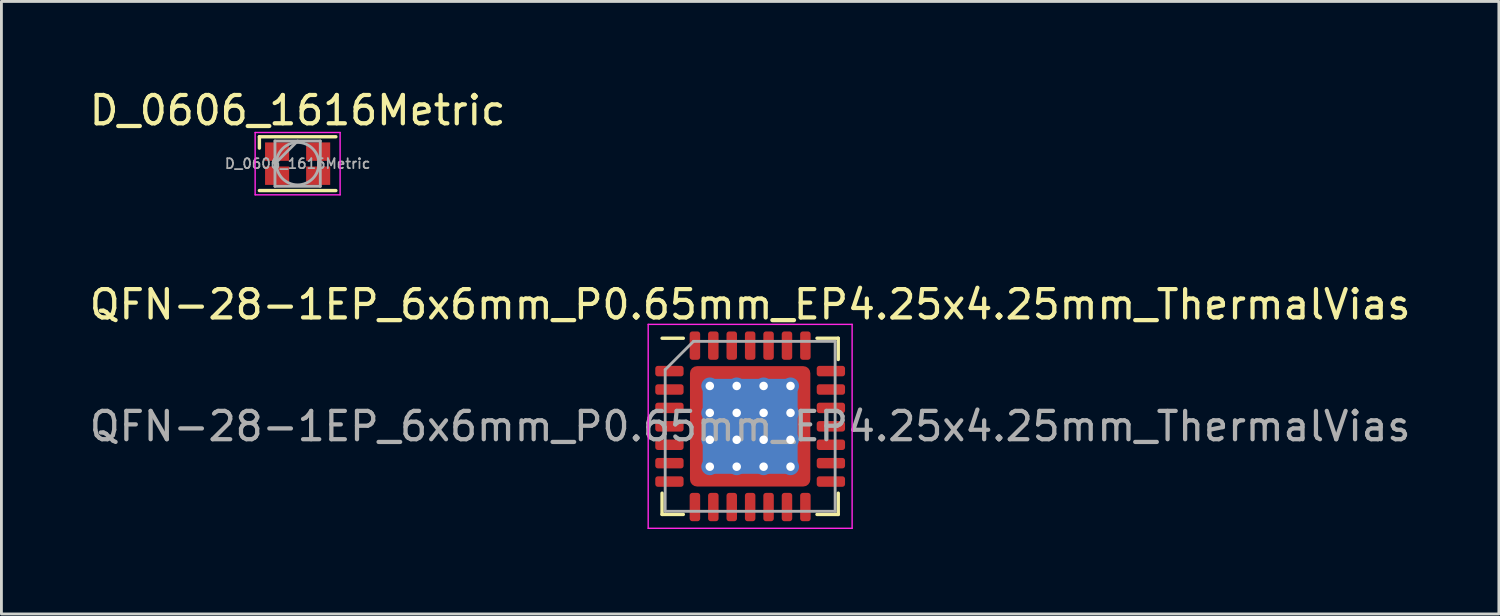
<source format=kicad_pcb>
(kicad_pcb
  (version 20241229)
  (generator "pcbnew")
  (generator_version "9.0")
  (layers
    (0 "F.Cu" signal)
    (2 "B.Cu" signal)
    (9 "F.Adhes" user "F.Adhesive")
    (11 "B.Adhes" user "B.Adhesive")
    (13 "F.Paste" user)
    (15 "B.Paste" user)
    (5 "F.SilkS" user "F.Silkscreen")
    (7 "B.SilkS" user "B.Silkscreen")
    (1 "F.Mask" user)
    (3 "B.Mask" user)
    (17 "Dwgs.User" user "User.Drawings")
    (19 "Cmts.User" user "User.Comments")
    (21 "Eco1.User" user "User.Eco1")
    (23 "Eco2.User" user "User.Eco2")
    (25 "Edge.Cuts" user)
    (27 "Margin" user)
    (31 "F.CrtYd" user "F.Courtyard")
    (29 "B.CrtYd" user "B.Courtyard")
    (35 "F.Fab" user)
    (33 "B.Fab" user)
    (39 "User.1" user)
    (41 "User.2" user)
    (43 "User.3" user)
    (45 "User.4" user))
  (footprint "D_0606_1616Metric"
    (layer "F.Cu")
    (at 7.458 2.728)
    (property "Reference" "D_0606_1616Metric" (at 0 -1.88 0) (layer "F.SilkS") (effects (font (size 1 1) (thickness 0.15))))
    (attr smd)
    (fp_line (start -1.35 -0.95) (end 1.35 -0.95) (stroke (width 0.12) (type solid)) (layer "F.SilkS"))
    (fp_line (start -1.35 -0.55) (end -1.35 -0.95) (stroke (width 0.12) (type solid)) (layer "F.SilkS"))
    (fp_line (start -1.35 0.95) (end 1.35 0.95) (stroke (width 0.12) (type solid)) (layer "F.SilkS"))
    (fp_line (start -1.5 -1.1) (end -1.5 1.1) (stroke (width 0.05) (type solid)) (layer "F.CrtYd"))
    (fp_line (start -1.5 1.1) (end 1.5 1.1) (stroke (width 0.05) (type solid)) (layer "F.CrtYd"))
    (fp_line (start 1.5 -1.1) (end -1.5 -1.1) (stroke (width 0.05) (type solid)) (layer "F.CrtYd"))
    (fp_line (start 1.5 1.1) (end 1.5 -1.1) (stroke (width 0.05) (type solid)) (layer "F.CrtYd"))
    (fp_line (start -0.8 -0.8) (end -0.8 0.8) (stroke (width 0.1) (type solid)) (layer "F.Fab"))
    (fp_line (start -0.8 0.8) (end 0.8 0.8) (stroke (width 0.1) (type solid)) (layer "F.Fab"))
    (fp_line (start 0 -0.8) (end -0.8 0) (stroke (width 0.1) (type solid)) (layer "F.Fab"))
    (fp_line (start 0.8 -0.8) (end -0.8 -0.8) (stroke (width 0.1) (type solid)) (layer "F.Fab"))
    (fp_line (start 0.8 0.8) (end 0.8 -0.8) (stroke (width 0.1) (type solid)) (layer "F.Fab"))
    (fp_circle (center 0 0) (end 0.75 0) (stroke (width 0.1) (type solid)) (fill no) (layer "F.Fab"))
    (fp_text user "${REFERENCE}" (at 0 0 0) (layer "F.Fab") (effects (font (size 0.35 0.35) (thickness 0.062))))
    (pad "1" smd rect (at -0.725 -0.425) (size 0.85 0.65) (layers "F.Cu" "F.Mask" "F.Paste"))
    (pad "2" smd rect (at -0.725 0.425) (size 0.85 0.65) (layers "F.Cu" "F.Mask" "F.Paste"))
    (pad "3" smd rect (at 0.725 -0.425) (size 0.85 0.65) (layers "F.Cu" "F.Mask" "F.Paste"))
    (pad "4" smd rect (at 0.725 0.425) (size 0.85 0.65) (layers "F.Cu" "F.Mask" "F.Paste")))
  (footprint "QFN-28-1EP_6x6mm_P0.65mm_EP4.25x4.25mm_ThermalVias"
    (layer "F.Cu")
    (at 23.435 12.002)
    (property "Reference" "QFN-28-1EP_6x6mm_P0.65mm_EP4.25x4.25mm_ThermalVias" (at 0 -4.3 0) (layer "F.SilkS") (effects (font (size 1 1) (thickness 0.15))))
    (attr smd)
    (fp_line (start -3.11 3.11) (end -3.11 2.36) (stroke (width 0.12) (type solid)) (layer "F.SilkS"))
    (fp_line (start -2.36 -3.11) (end -3.11 -3.11) (stroke (width 0.12) (type solid)) (layer "F.SilkS"))
    (fp_line (start -2.36 3.11) (end -3.11 3.11) (stroke (width 0.12) (type solid)) (layer "F.SilkS"))
    (fp_line (start 2.36 -3.11) (end 3.11 -3.11) (stroke (width 0.12) (type solid)) (layer "F.SilkS"))
    (fp_line (start 2.36 3.11) (end 3.11 3.11) (stroke (width 0.12) (type solid)) (layer "F.SilkS"))
    (fp_line (start 3.11 -3.11) (end 3.11 -2.36) (stroke (width 0.12) (type solid)) (layer "F.SilkS"))
    (fp_line (start 3.11 3.11) (end 3.11 2.36) (stroke (width 0.12) (type solid)) (layer "F.SilkS"))
    (fp_line (start -3.6 -3.6) (end -3.6 3.6) (stroke (width 0.05) (type solid)) (layer "F.CrtYd"))
    (fp_line (start -3.6 3.6) (end 3.6 3.6) (stroke (width 0.05) (type solid)) (layer "F.CrtYd"))
    (fp_line (start 3.6 -3.6) (end -3.6 -3.6) (stroke (width 0.05) (type solid)) (layer "F.CrtYd"))
    (fp_line (start 3.6 3.6) (end 3.6 -3.6) (stroke (width 0.05) (type solid)) (layer "F.CrtYd"))
    (fp_line (start -3 -2) (end -2 -3) (stroke (width 0.1) (type solid)) (layer "F.Fab"))
    (fp_line (start -3 3) (end -3 -2) (stroke (width 0.1) (type solid)) (layer "F.Fab"))
    (fp_line (start -2 -3) (end 3 -3) (stroke (width 0.1) (type solid)) (layer "F.Fab"))
    (fp_line (start 3 -3) (end 3 3) (stroke (width 0.1) (type solid)) (layer "F.Fab"))
    (fp_line (start 3 3) (end -3 3) (stroke (width 0.1) (type solid)) (layer "F.Fab"))
    (fp_text user "${REFERENCE}" (at 0 0 0) (layer "F.Fab") (effects (font (size 1 1) (thickness 0.15))))
    (pad "" smd custom (at -1.775 -1.775) (size 0.46 0.46) (layers "F.Paste") (options (anchor circle)) (primitives (gr_poly (pts (xy -0.282 -0.282) (xy 0.282 -0.282) (xy 0.282 0.135) (xy 0.135 0.282) (xy -0.282 0.282)) (width 0) (fill yes))))
    (pad "" smd custom (at -1.775 -0.95) (size 0.477 0.477) (layers "F.Paste") (options (anchor circle)) (primitives (gr_poly (pts (xy -0.282 -0.383) (xy 0.159 -0.383) (xy 0.282 -0.26) (xy 0.282 0.26) (xy 0.159 0.383) (xy -0.282 0.383)) (width 0) (fill yes))))
    (pad "" smd custom (at -1.775 0) (size 0.477 0.477) (layers "F.Paste") (options (anchor circle)) (primitives (gr_poly (pts (xy -0.282 -0.383) (xy 0.159 -0.383) (xy 0.282 -0.26) (xy 0.282 0.26) (xy 0.159 0.383) (xy -0.282 0.383)) (width 0) (fill yes))))
    (pad "" smd custom (at -1.775 0.95) (size 0.477 0.477) (layers "F.Paste") (options (anchor circle)) (primitives (gr_poly (pts (xy -0.282 -0.383) (xy 0.159 -0.383) (xy 0.282 -0.26) (xy 0.282 0.26) (xy 0.159 0.383) (xy -0.282 0.383)) (width 0) (fill yes))))
    (pad "" smd custom (at -1.775 1.775) (size 0.46 0.46) (layers "F.Paste") (options (anchor circle)) (primitives (gr_poly (pts (xy -0.282 -0.282) (xy 0.135 -0.282) (xy 0.282 -0.135) (xy 0.282 0.282) (xy -0.282 0.282)) (width 0) (fill yes))))
    (pad "" smd custom (at -0.95 -1.775) (size 0.477 0.477) (layers "F.Paste") (options (anchor circle)) (primitives (gr_poly (pts (xy -0.383 -0.282) (xy 0.383 -0.282) (xy 0.383 0.159) (xy 0.26 0.282) (xy -0.26 0.282) (xy -0.383 0.159)) (width 0) (fill yes))))
    (pad "" smd roundrect (at -0.95 -0.95) (size 0.766 0.766) (layers "F.Paste") (roundrect_rratio 0.25))
    (pad "" smd roundrect (at -0.95 0) (size 0.766 0.766) (layers "F.Paste") (roundrect_rratio 0.25))
    (pad "" smd roundrect (at -0.95 0.95) (size 0.766 0.766) (layers "F.Paste") (roundrect_rratio 0.25))
    (pad "" smd custom (at -0.95 1.775) (size 0.477 0.477) (layers "F.Paste") (options (anchor circle)) (primitives (gr_poly (pts (xy -0.383 -0.159) (xy -0.26 -0.282) (xy 0.26 -0.282) (xy 0.383 -0.159) (xy 0.383 0.282) (xy -0.383 0.282)) (width 0) (fill yes))))
    (pad "" smd custom (at 0 -1.775) (size 0.477 0.477) (layers "F.Paste") (options (anchor circle)) (primitives (gr_poly (pts (xy -0.383 -0.282) (xy 0.383 -0.282) (xy 0.383 0.159) (xy 0.26 0.282) (xy -0.26 0.282) (xy -0.383 0.159)) (width 0) (fill yes))))
    (pad "" smd roundrect (at 0 -0.95) (size 0.766 0.766) (layers "F.Paste") (roundrect_rratio 0.25))
    (pad "" smd roundrect (at 0 0) (size 0.766 0.766) (layers "F.Paste") (roundrect_rratio 0.25))
    (pad "" smd roundrect (at 0 0.95) (size 0.766 0.766) (layers "F.Paste") (roundrect_rratio 0.25))
    (pad "" smd custom (at 0 1.775) (size 0.477 0.477) (layers "F.Paste") (options (anchor circle)) (primitives (gr_poly (pts (xy -0.383 -0.159) (xy -0.26 -0.282) (xy 0.26 -0.282) (xy 0.383 -0.159) (xy 0.383 0.282) (xy -0.383 0.282)) (width 0) (fill yes))))
    (pad "" smd custom (at 0.95 -1.775) (size 0.477 0.477) (layers "F.Paste") (options (anchor circle)) (primitives (gr_poly (pts (xy -0.383 -0.282) (xy 0.383 -0.282) (xy 0.383 0.159) (xy 0.26 0.282) (xy -0.26 0.282) (xy -0.383 0.159)) (width 0) (fill yes))))
    (pad "" smd roundrect (at 0.95 -0.95) (size 0.766 0.766) (layers "F.Paste") (roundrect_rratio 0.25))
    (pad "" smd roundrect (at 0.95 0) (size 0.766 0.766) (layers "F.Paste") (roundrect_rratio 0.25))
    (pad "" smd roundrect (at 0.95 0.95) (size 0.766 0.766) (layers "F.Paste") (roundrect_rratio 0.25))
    (pad "" smd custom (at 0.95 1.775) (size 0.477 0.477) (layers "F.Paste") (options (anchor circle)) (primitives (gr_poly (pts (xy -0.383 -0.159) (xy -0.26 -0.282) (xy 0.26 -0.282) (xy 0.383 -0.159) (xy 0.383 0.282) (xy -0.383 0.282)) (width 0) (fill yes))))
    (pad "" smd custom (at 1.775 -1.775) (size 0.46 0.46) (layers "F.Paste") (options (anchor circle)) (primitives (gr_poly (pts (xy -0.282 -0.282) (xy 0.282 -0.282) (xy 0.282 0.282) (xy -0.135 0.282) (xy -0.282 0.135)) (width 0) (fill yes))))
    (pad "" smd custom (at 1.775 -0.95) (size 0.477 0.477) (layers "F.Paste") (options (anchor circle)) (primitives (gr_poly (pts (xy -0.282 -0.26) (xy -0.159 -0.383) (xy 0.282 -0.383) (xy 0.282 0.383) (xy -0.159 0.383) (xy -0.282 0.26)) (width 0) (fill yes))))
    (pad "" smd custom (at 1.775 0) (size 0.477 0.477) (layers "F.Paste") (options (anchor circle)) (primitives (gr_poly (pts (xy -0.282 -0.26) (xy -0.159 -0.383) (xy 0.282 -0.383) (xy 0.282 0.383) (xy -0.159 0.383) (xy -0.282 0.26)) (width 0) (fill yes))))
    (pad "" smd custom (at 1.775 0.95) (size 0.477 0.477) (layers "F.Paste") (options (anchor circle)) (primitives (gr_poly (pts (xy -0.282 -0.26) (xy -0.159 -0.383) (xy 0.282 -0.383) (xy 0.282 0.383) (xy -0.159 0.383) (xy -0.282 0.26)) (width 0) (fill yes))))
    (pad "" smd custom (at 1.775 1.775) (size 0.46 0.46) (layers "F.Paste") (options (anchor circle)) (primitives (gr_poly (pts (xy -0.282 -0.135) (xy -0.135 -0.282) (xy 0.282 -0.282) (xy 0.282 0.282) (xy -0.282 0.282)) (width 0) (fill yes))))
    (pad "1" smd roundrect (at -2.85 -1.95) (size 1 0.37) (layers "F.Cu" "F.Mask" "F.Paste") (roundrect_rratio 0.25))
    (pad "2" smd roundrect (at -2.85 -1.3) (size 1 0.37) (layers "F.Cu" "F.Mask" "F.Paste") (roundrect_rratio 0.25))
    (pad "3" smd roundrect (at -2.85 -0.65) (size 1 0.37) (layers "F.Cu" "F.Mask" "F.Paste") (roundrect_rratio 0.25))
    (pad "4" smd roundrect (at -2.85 0) (size 1 0.37) (layers "F.Cu" "F.Mask" "F.Paste") (roundrect_rratio 0.25))
    (pad "5" smd roundrect (at -2.85 0.65) (size 1 0.37) (layers "F.Cu" "F.Mask" "F.Paste") (roundrect_rratio 0.25))
    (pad "6" smd roundrect (at -2.85 1.3) (size 1 0.37) (layers "F.Cu" "F.Mask" "F.Paste") (roundrect_rratio 0.25))
    (pad "7" smd roundrect (at -2.85 1.95) (size 1 0.37) (layers "F.Cu" "F.Mask" "F.Paste") (roundrect_rratio 0.25))
    (pad "8" smd roundrect (at -1.95 2.85) (size 0.37 1) (layers "F.Cu" "F.Mask" "F.Paste") (roundrect_rratio 0.25))
    (pad "9" smd roundrect (at -1.3 2.85) (size 0.37 1) (layers "F.Cu" "F.Mask" "F.Paste") (roundrect_rratio 0.25))
    (pad "10" smd roundrect (at -0.65 2.85) (size 0.37 1) (layers "F.Cu" "F.Mask" "F.Paste") (roundrect_rratio 0.25))
    (pad "11" smd roundrect (at 0 2.85) (size 0.37 1) (layers "F.Cu" "F.Mask" "F.Paste") (roundrect_rratio 0.25))
    (pad "12" smd roundrect (at 0.65 2.85) (size 0.37 1) (layers "F.Cu" "F.Mask" "F.Paste") (roundrect_rratio 0.25))
    (pad "13" smd roundrect (at 1.3 2.85) (size 0.37 1) (layers "F.Cu" "F.Mask" "F.Paste") (roundrect_rratio 0.25))
    (pad "14" smd roundrect (at 1.95 2.85) (size 0.37 1) (layers "F.Cu" "F.Mask" "F.Paste") (roundrect_rratio 0.25))
    (pad "15" smd roundrect (at 2.85 1.95) (size 1 0.37) (layers "F.Cu" "F.Mask" "F.Paste") (roundrect_rratio 0.25))
    (pad "16" smd roundrect (at 2.85 1.3) (size 1 0.37) (layers "F.Cu" "F.Mask" "F.Paste") (roundrect_rratio 0.25))
    (pad "17" smd roundrect (at 2.85 0.65) (size 1 0.37) (layers "F.Cu" "F.Mask" "F.Paste") (roundrect_rratio 0.25))
    (pad "18" smd roundrect (at 2.85 0) (size 1 0.37) (layers "F.Cu" "F.Mask" "F.Paste") (roundrect_rratio 0.25))
    (pad "19" smd roundrect (at 2.85 -0.65) (size 1 0.37) (layers "F.Cu" "F.Mask" "F.Paste") (roundrect_rratio 0.25))
    (pad "20" smd roundrect (at 2.85 -1.3) (size 1 0.37) (layers "F.Cu" "F.Mask" "F.Paste") (roundrect_rratio 0.25))
    (pad "21" smd roundrect (at 2.85 -1.95) (size 1 0.37) (layers "F.Cu" "F.Mask" "F.Paste") (roundrect_rratio 0.25))
    (pad "22" smd roundrect (at 1.95 -2.85) (size 0.37 1) (layers "F.Cu" "F.Mask" "F.Paste") (roundrect_rratio 0.25))
    (pad "23" smd roundrect (at 1.3 -2.85) (size 0.37 1) (layers "F.Cu" "F.Mask" "F.Paste") (roundrect_rratio 0.25))
    (pad "24" smd roundrect (at 0.65 -2.85) (size 0.37 1) (layers "F.Cu" "F.Mask" "F.Paste") (roundrect_rratio 0.25))
    (pad "25" smd roundrect (at 0 -2.85) (size 0.37 1) (layers "F.Cu" "F.Mask" "F.Paste") (roundrect_rratio 0.25))
    (pad "26" smd roundrect (at -0.65 -2.85) (size 0.37 1) (layers "F.Cu" "F.Mask" "F.Paste") (roundrect_rratio 0.25))
    (pad "27" smd roundrect (at -1.3 -2.85) (size 0.37 1) (layers "F.Cu" "F.Mask" "F.Paste") (roundrect_rratio 0.25))
    (pad "28" smd roundrect (at -1.95 -2.85) (size 0.37 1) (layers "F.Cu" "F.Mask" "F.Paste") (roundrect_rratio 0.25))
    (pad "29" thru_hole circle (at -1.425 -1.425) (size 0.6 0.6) (drill 0.3) (layers "*.Cu"))
    (pad "29" thru_hole circle (at -1.425 -0.475) (size 0.6 0.6) (drill 0.3) (layers "*.Cu"))
    (pad "29" thru_hole circle (at -1.425 0.475) (size 0.6 0.6) (drill 0.3) (layers "*.Cu"))
    (pad "29" thru_hole circle (at -1.425 1.425) (size 0.6 0.6) (drill 0.3) (layers "*.Cu"))
    (pad "29" thru_hole circle (at -0.475 -1.425) (size 0.6 0.6) (drill 0.3) (layers "*.Cu"))
    (pad "29" thru_hole circle (at -0.475 -0.475) (size 0.6 0.6) (drill 0.3) (layers "*.Cu"))
    (pad "29" thru_hole circle (at -0.475 0.475) (size 0.6 0.6) (drill 0.3) (layers "*.Cu"))
    (pad "29" thru_hole circle (at -0.475 1.425) (size 0.6 0.6) (drill 0.3) (layers "*.Cu"))
    (pad "29" smd roundrect (at 0 0) (size 3.35 3.35) (layers "B.Cu") (roundrect_rratio 0.075))
    (pad "29" smd roundrect (at 0 0) (size 4.25 4.25) (layers "F.Cu" "F.Mask") (roundrect_rratio 0.059))
    (pad "29" thru_hole circle (at 0.475 -1.425) (size 0.6 0.6) (drill 0.3) (layers "*.Cu"))
    (pad "29" thru_hole circle (at 0.475 -0.475) (size 0.6 0.6) (drill 0.3) (layers "*.Cu"))
    (pad "29" thru_hole circle (at 0.475 0.475) (size 0.6 0.6) (drill 0.3) (layers "*.Cu"))
    (pad "29" thru_hole circle (at 0.475 1.425) (size 0.6 0.6) (drill 0.3) (layers "*.Cu"))
    (pad "29" thru_hole circle (at 1.425 -1.425) (size 0.6 0.6) (drill 0.3) (layers "*.Cu"))
    (pad "29" thru_hole circle (at 1.425 -0.475) (size 0.6 0.6) (drill 0.3) (layers "*.Cu"))
    (pad "29" thru_hole circle (at 1.425 0.475) (size 0.6 0.6) (drill 0.3) (layers "*.Cu"))
    (pad "29" thru_hole circle (at 1.425 1.425) (size 0.6 0.6) (drill 0.3) (layers "*.Cu")))
  (gr_rect
    (start -3 -3)
    (end 49.869 18.627)
    (stroke (width 0.1) (type default))
    (fill no)
    (layer "Edge.Cuts")))
</source>
